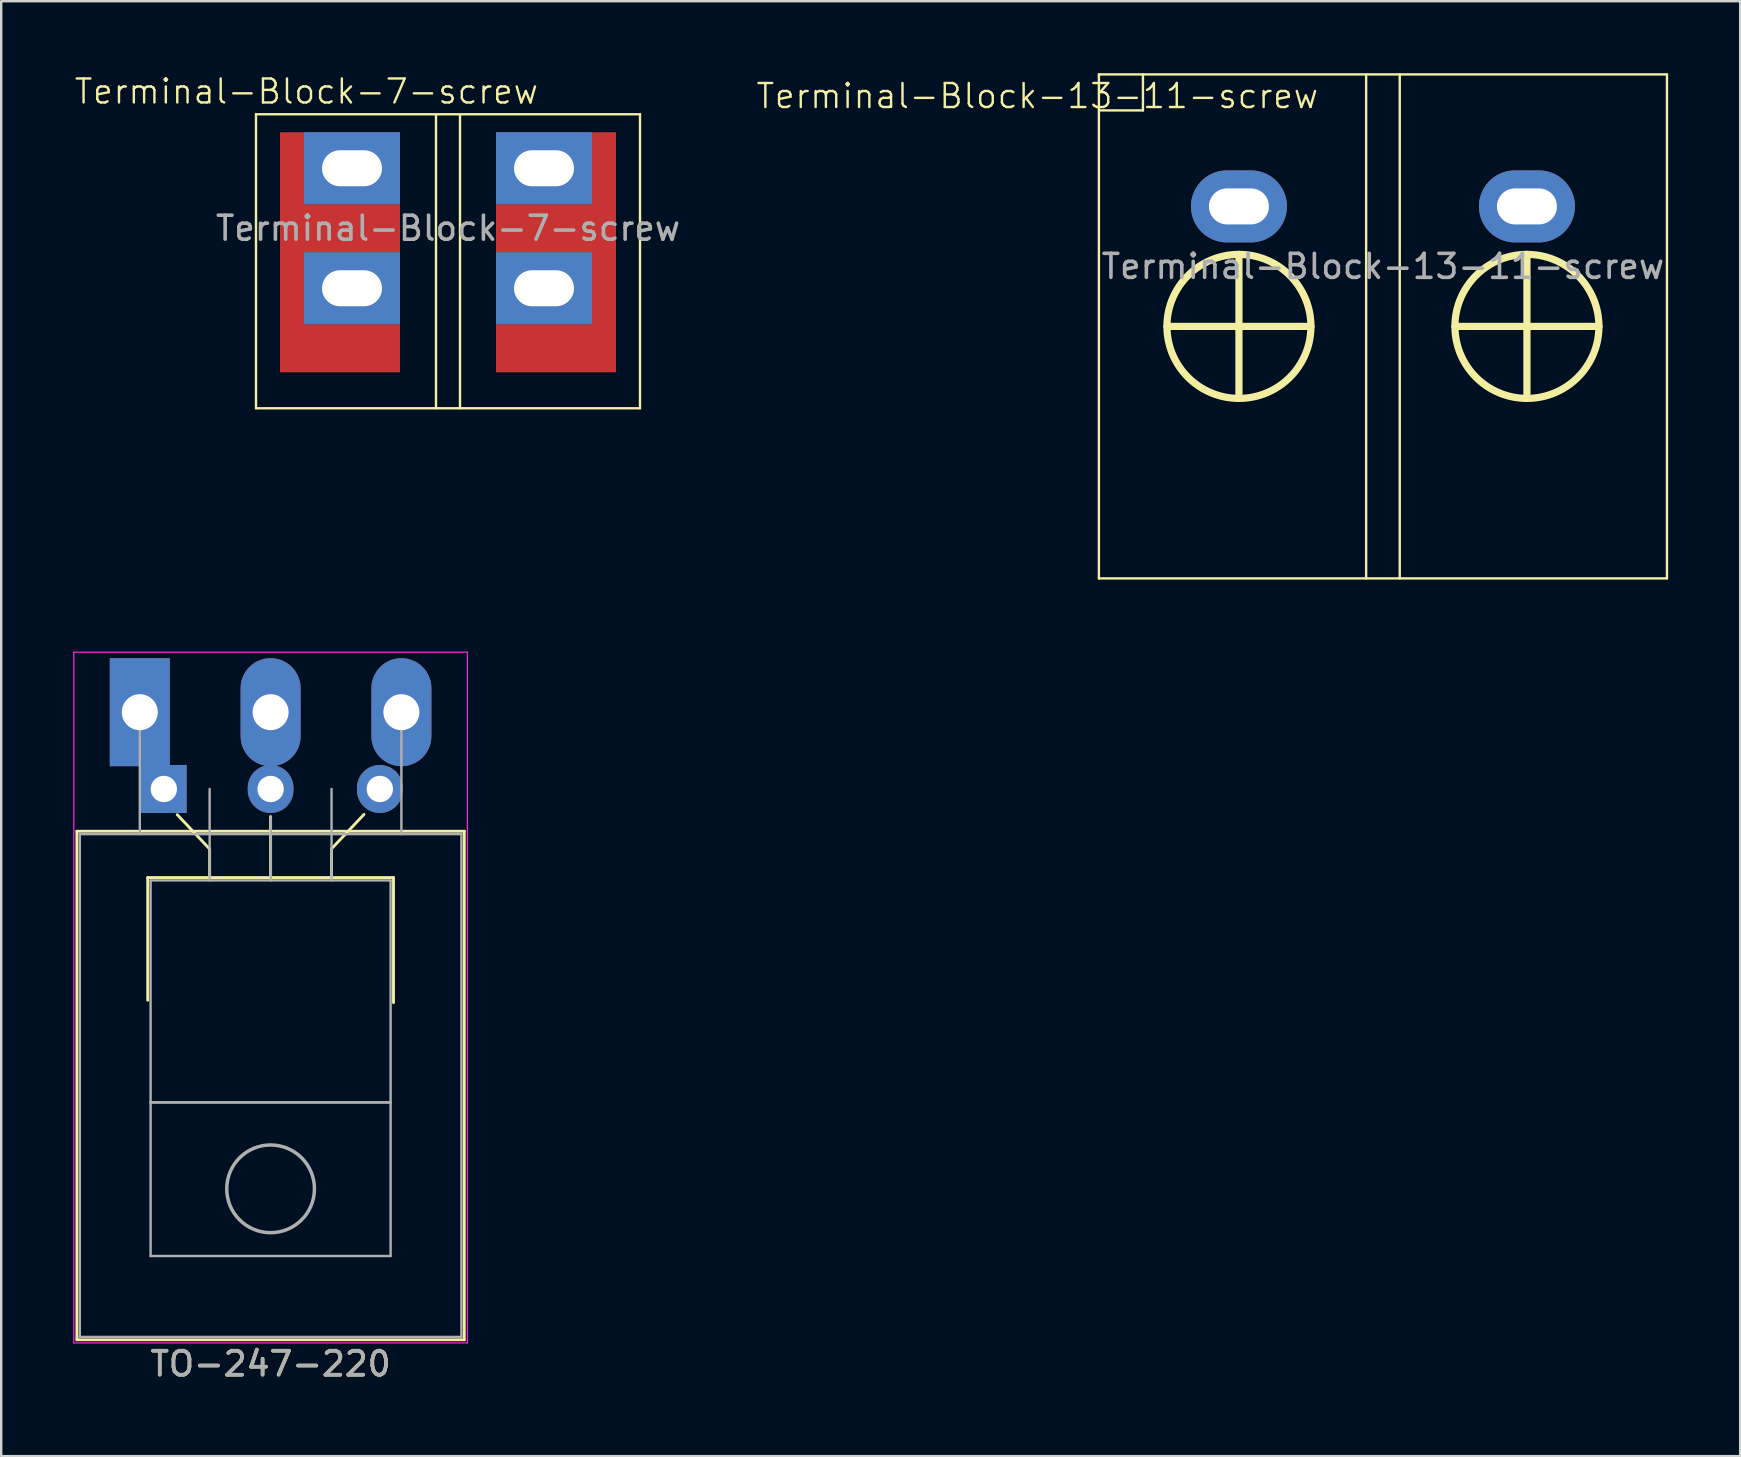
<source format=kicad_pcb>
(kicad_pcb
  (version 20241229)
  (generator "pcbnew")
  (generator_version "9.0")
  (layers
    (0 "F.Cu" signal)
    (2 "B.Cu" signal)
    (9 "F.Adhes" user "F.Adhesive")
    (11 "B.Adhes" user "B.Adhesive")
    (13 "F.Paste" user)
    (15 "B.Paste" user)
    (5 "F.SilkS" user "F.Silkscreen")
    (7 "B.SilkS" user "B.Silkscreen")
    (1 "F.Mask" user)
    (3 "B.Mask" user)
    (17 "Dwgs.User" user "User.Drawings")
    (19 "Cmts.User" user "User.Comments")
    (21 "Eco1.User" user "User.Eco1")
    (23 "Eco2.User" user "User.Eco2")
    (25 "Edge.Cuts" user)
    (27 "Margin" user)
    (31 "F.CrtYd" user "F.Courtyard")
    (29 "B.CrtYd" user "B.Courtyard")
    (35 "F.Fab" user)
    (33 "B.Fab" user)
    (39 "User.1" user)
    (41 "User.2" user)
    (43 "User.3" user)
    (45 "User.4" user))
  (footprint "TO-247-220"
    (layer "F.Cu")
    (at 2.775 26.625)
    (property "Reference" "TO-247-220" (at 5.45 27.15 180) (layer "F.SilkS") (effects (font (size 1 1) (thickness 0.15))))
    (attr through_hole)
    (fp_line (start -2.62 4.96) (end -2.62 26.15) (stroke (width 0.12) (type solid)) (layer "F.SilkS"))
    (fp_line (start -2.62 4.96) (end 13.52 4.96) (stroke (width 0.12) (type solid)) (layer "F.SilkS"))
    (fp_line (start -2.62 26.15) (end 13.52 26.15) (stroke (width 0.12) (type solid)) (layer "F.SilkS"))
    (fp_line (start 0.33 6.89) (end 0.33 12) (stroke (width 0.12) (type solid)) (layer "F.SilkS"))
    (fp_line (start 0.33 6.89) (end 10.57 6.89) (stroke (width 0.12) (type solid)) (layer "F.SilkS"))
    (fp_line (start 1.56 4.27) (end 2.91 5.7) (stroke (width 0.12) (type solid)) (layer "F.SilkS"))
    (fp_line (start 2.91 5.7) (end 2.91 6.89) (stroke (width 0.12) (type solid)) (layer "F.SilkS"))
    (fp_line (start 5.45 4.35) (end 5.45 6.89) (stroke (width 0.12) (type solid)) (layer "F.SilkS"))
    (fp_line (start 7.99 5.69) (end 7.99 6.88) (stroke (width 0.12) (type solid)) (layer "F.SilkS"))
    (fp_line (start 9.34 4.26) (end 7.99 5.69) (stroke (width 0.12) (type solid)) (layer "F.SilkS"))
    (fp_line (start 10.57 6.89) (end 10.57 12.1) (stroke (width 0.12) (type solid)) (layer "F.SilkS"))
    (fp_line (start 13.52 4.96) (end 13.52 26.15) (stroke (width 0.12) (type solid)) (layer "F.SilkS"))
    (fp_line (start -2.75 -2.5) (end -2.75 26.28) (stroke (width 0.05) (type solid)) (layer "F.CrtYd"))
    (fp_line (start -2.75 26.28) (end 13.65 26.28) (stroke (width 0.05) (type solid)) (layer "F.CrtYd"))
    (fp_line (start 13.65 -2.5) (end -2.75 -2.5) (stroke (width 0.05) (type solid)) (layer "F.CrtYd"))
    (fp_line (start 13.65 26.28) (end 13.65 -2.5) (stroke (width 0.05) (type solid)) (layer "F.CrtYd"))
    (fp_line (start -2.5 5.08) (end -2.5 26.03) (stroke (width 0.1) (type solid)) (layer "F.Fab"))
    (fp_line (start -2.5 26.03) (end 13.4 26.03) (stroke (width 0.1) (type solid)) (layer "F.Fab"))
    (fp_line (start 0 5.08) (end 0 0) (stroke (width 0.1) (type solid)) (layer "F.Fab"))
    (fp_line (start 0.45 7.01) (end 0.45 16.26) (stroke (width 0.1) (type solid)) (layer "F.Fab"))
    (fp_line (start 0.45 16.26) (end 0.45 22.66) (stroke (width 0.1) (type solid)) (layer "F.Fab"))
    (fp_line (start 0.45 16.26) (end 10.45 16.26) (stroke (width 0.1) (type solid)) (layer "F.Fab"))
    (fp_line (start 0.45 22.66) (end 10.45 22.66) (stroke (width 0.1) (type solid)) (layer "F.Fab"))
    (fp_line (start 2.91 7.01) (end 2.91 3.2) (stroke (width 0.1) (type solid)) (layer "F.Fab"))
    (fp_line (start 5.46 7.01) (end 5.46 4.38) (stroke (width 0.1) (type solid)) (layer "F.Fab"))
    (fp_line (start 7.99 7.01) (end 7.99 3.2) (stroke (width 0.1) (type solid)) (layer "F.Fab"))
    (fp_line (start 10.45 7.01) (end 0.45 7.01) (stroke (width 0.1) (type solid)) (layer "F.Fab"))
    (fp_line (start 10.45 16.26) (end 0.45 16.26) (stroke (width 0.1) (type solid)) (layer "F.Fab"))
    (fp_line (start 10.45 16.26) (end 10.45 7.01) (stroke (width 0.1) (type solid)) (layer "F.Fab"))
    (fp_line (start 10.45 22.66) (end 10.45 16.26) (stroke (width 0.1) (type solid)) (layer "F.Fab"))
    (fp_line (start 10.9 5.08) (end 10.9 0) (stroke (width 0.1) (type solid)) (layer "F.Fab"))
    (fp_line (start 13.4 5.08) (end -2.5 5.08) (stroke (width 0.1) (type solid)) (layer "F.Fab"))
    (fp_line (start 13.4 26.03) (end 13.4 5.08) (stroke (width 0.1) (type solid)) (layer "F.Fab"))
    (fp_circle (center 5.45 19.86) (end 7.255 19.86) (stroke (width 0.1) (type solid)) (fill no) (layer "F.Fab"))
    (fp_circle (center 5.45 19.86) (end 7.3 19.86) (stroke (width 0.1) (type solid)) (fill no) (layer "F.Fab"))
    (fp_text user "${REFERENCE}" (at 5.45 27.15 180) (layer "F.Fab") (effects (font (size 1 1) (thickness 0.15))))
    (pad "1" thru_hole rect (at 0 0) (size 2.5 4.5) (drill 1.5) (layers "*.Cu" "*.Mask"))
    (pad "1" thru_hole rect (at 1 3.2) (size 1.905 2) (drill 1.1) (layers "*.Cu" "*.Mask"))
    (pad "2" thru_hole oval (at 5.45 0) (size 2.5 4.5) (drill 1.5) (layers "*.Cu" "*.Mask"))
    (pad "2" thru_hole oval (at 5.45 3.2) (size 1.905 2) (drill 1.1) (layers "*.Cu" "*.Mask"))
    (pad "3" thru_hole oval (at 10 3.2) (size 1.905 2) (drill 1.1) (layers "*.Cu" "*.Mask"))
    (pad "3" thru_hole oval (at 10.9 0) (size 2.5 4.5) (drill 1.5) (layers "*.Cu" "*.Mask")))
  (footprint "Terminal-Block-7-screw"
    (layer "F.Cu")
    (at 15.617 3.961)
    (property "Reference" "Terminal-Block-7-screw" (at -5.9 -3.2 0) (unlocked yes) (layer "F.SilkS") (effects (font (size 1 1) (thickness 0.1))))
    (attr through_hole)
    (fp_line (start -8 -2.25) (end -8 10) (stroke (width 0.1) (type default)) (layer "F.SilkS"))
    (fp_line (start -8 -2.25) (end 8 -2.25) (stroke (width 0.1) (type default)) (layer "F.SilkS"))
    (fp_line (start -8 10) (end 8 10) (stroke (width 0.1) (type default)) (layer "F.SilkS"))
    (fp_line (start -0.5 -2.2) (end -0.5 10) (stroke (width 0.1) (type default)) (layer "F.SilkS"))
    (fp_line (start 0.5 10) (end 0.5 -2.2) (stroke (width 0.1) (type default)) (layer "F.SilkS"))
    (fp_line (start 8 -2.25) (end 8 10) (stroke (width 0.1) (type default)) (layer "F.SilkS"))
    (fp_text user "${REFERENCE}" (at 0 2.5 0) (unlocked yes) (layer "F.Fab") (effects (font (size 1 1) (thickness 0.15))))
    (pad "1" smd rect (at -6.5 3.5) (size 1 10) (layers "F.Cu" "F.Mask" "F.Paste"))
    (pad "1" thru_hole rect (at -4 0) (size 4 3) (drill oval 2.5 1.5) (layers "*.Cu" "*.Mask"))
    (pad "1" smd rect (at -4 2.5) (size 4 2) (layers "F.Cu" "F.Mask" "F.Paste"))
    (pad "1" thru_hole rect (at -4 5) (size 4 3) (drill oval 2.5 1.5) (layers "*.Cu" "*.Mask"))
    (pad "1" smd rect (at -4 7.5) (size 4 2) (layers "F.Cu" "F.Mask" "F.Paste"))
    (pad "2" thru_hole rect (at 4 0) (size 4 3) (drill oval 2.5 1.5) (layers "*.Cu" "*.Mask"))
    (pad "2" smd rect (at 4 2.5) (size 4 2) (layers "F.Cu" "F.Mask" "F.Paste"))
    (pad "2" thru_hole rect (at 4 5) (size 4 3) (drill oval 2.5 1.5) (layers "*.Cu" "*.Mask"))
    (pad "2" smd rect (at 4 7.5) (size 4 2) (layers "F.Cu" "F.Mask" "F.Paste"))
    (pad "2" smd rect (at 6.5 3.5) (size 1 10) (layers "F.Cu" "F.Mask" "F.Paste")))
  (footprint "Terminal-Block-13-11-screw"
    (layer "F.Cu")
    (at 54.573 5.55)
    (property "Reference" "Terminal-Block-13-11-screw" (at -14.4 -4.6 0) (unlocked yes) (layer "F.SilkS") (effects (font (size 1 1) (thickness 0.1))))
    (attr through_hole)
    (fp_line (start -11.835 -5.5) (end -11.835 15.5) (stroke (width 0.1) (type default)) (layer "F.SilkS"))
    (fp_line (start -11.835 -5.5) (end 11.835 -5.5) (stroke (width 0.1) (type default)) (layer "F.SilkS"))
    (fp_line (start -11.835 15.5) (end 11.835 15.5) (stroke (width 0.1) (type default)) (layer "F.SilkS"))
    (fp_line (start -11.8 -4) (end -10 -4) (stroke (width 0.1) (type default)) (layer "F.SilkS"))
    (fp_line (start -10 -5.5) (end -10 -4) (stroke (width 0.1) (type default)) (layer "F.SilkS"))
    (fp_line (start -9 5) (end -3 5) (stroke (width 0.3) (type default)) (layer "F.SilkS"))
    (fp_line (start -6 2) (end -6 8) (stroke (width 0.3) (type default)) (layer "F.SilkS"))
    (fp_line (start -0.7 -5.5) (end -0.7 15.5) (stroke (width 0.1) (type default)) (layer "F.SilkS"))
    (fp_line (start 0.7 -5.5) (end 0.7 15.5) (stroke (width 0.1) (type default)) (layer "F.SilkS"))
    (fp_line (start 3 5) (end 9 5) (stroke (width 0.3) (type default)) (layer "F.SilkS"))
    (fp_line (start 6 2) (end 6 8) (stroke (width 0.3) (type default)) (layer "F.SilkS"))
    (fp_line (start 11.835 -5.5) (end 11.835 15.5) (stroke (width 0.1) (type default)) (layer "F.SilkS"))
    (fp_circle (center -6 5) (end -3 5) (stroke (width 0.3) (type default)) (fill no) (layer "F.SilkS"))
    (fp_circle (center 6 5) (end 9 5) (stroke (width 0.3) (type default)) (fill no) (layer "F.SilkS"))
    (fp_text user "${REFERENCE}" (at 0 2.5 0) (unlocked yes) (layer "F.Fab") (effects (font (size 1 1) (thickness 0.15))))
    (pad "1" thru_hole oval (at -6 0) (size 4 3) (drill oval 2.5 1.5) (layers "*.Cu" "*.Mask"))
    (pad "2" thru_hole oval (at 6 0) (size 4 3) (drill oval 2.5 1.5) (layers "*.Cu" "*.Mask")))
  (gr_rect
    (start -3 -3)
    (end 69.458 57.623)
    (stroke (width 0.1) (type default))
    (fill no)
    (layer "Edge.Cuts")))
</source>
